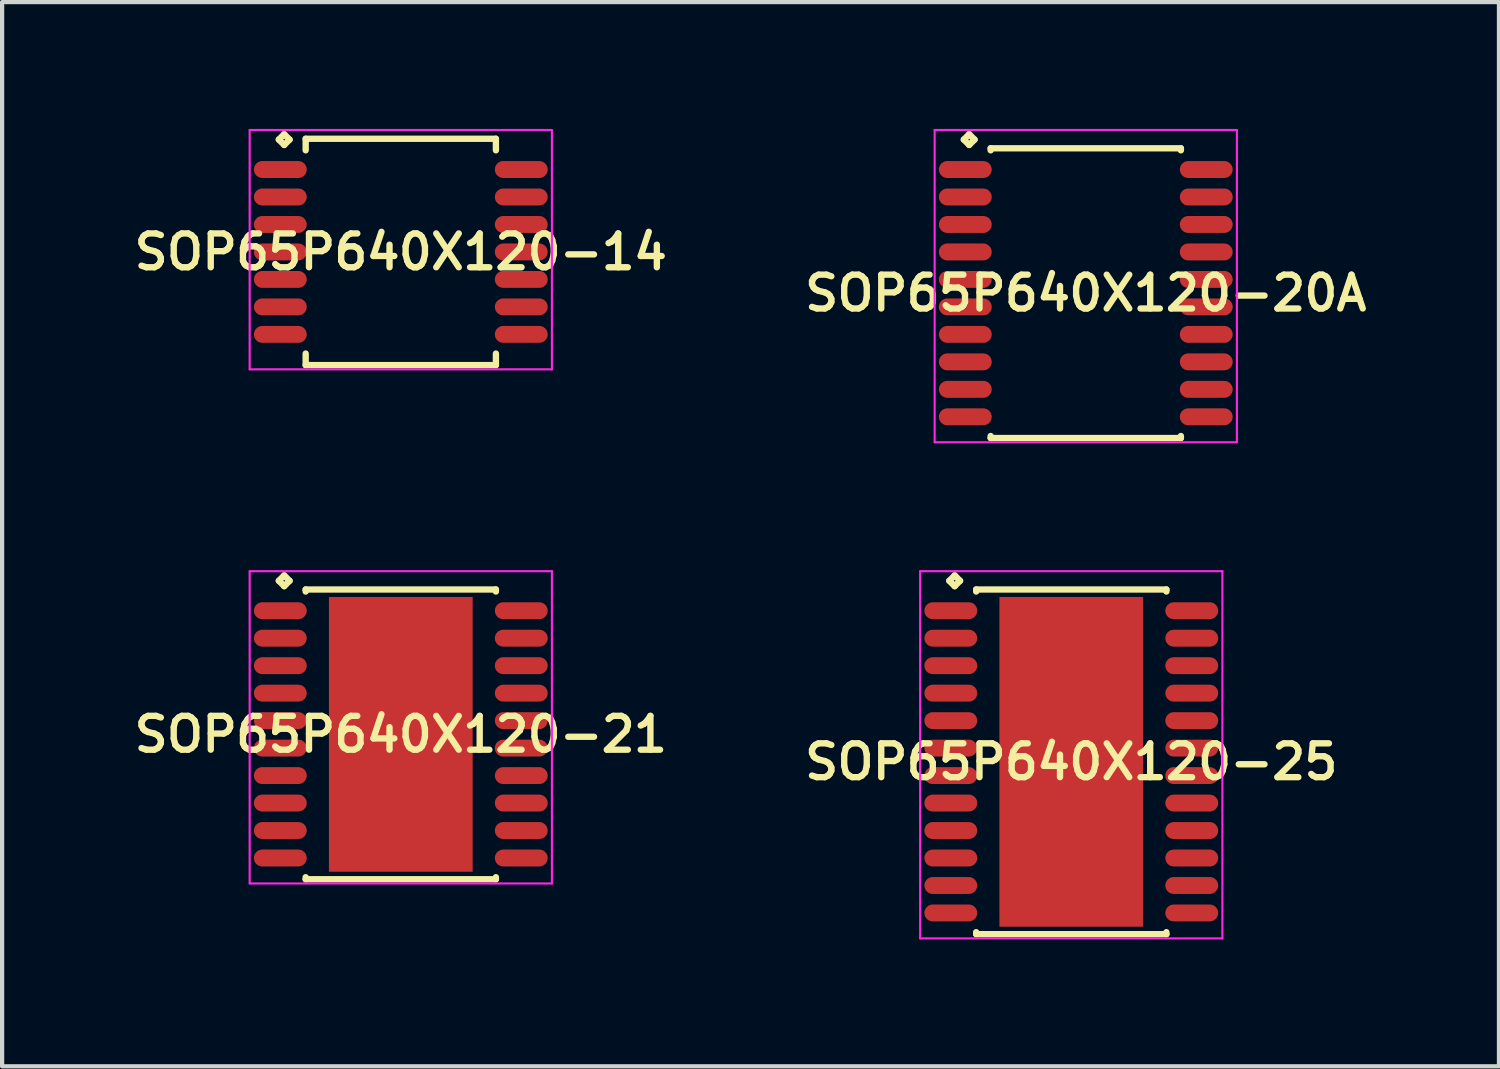
<source format=kicad_pcb>
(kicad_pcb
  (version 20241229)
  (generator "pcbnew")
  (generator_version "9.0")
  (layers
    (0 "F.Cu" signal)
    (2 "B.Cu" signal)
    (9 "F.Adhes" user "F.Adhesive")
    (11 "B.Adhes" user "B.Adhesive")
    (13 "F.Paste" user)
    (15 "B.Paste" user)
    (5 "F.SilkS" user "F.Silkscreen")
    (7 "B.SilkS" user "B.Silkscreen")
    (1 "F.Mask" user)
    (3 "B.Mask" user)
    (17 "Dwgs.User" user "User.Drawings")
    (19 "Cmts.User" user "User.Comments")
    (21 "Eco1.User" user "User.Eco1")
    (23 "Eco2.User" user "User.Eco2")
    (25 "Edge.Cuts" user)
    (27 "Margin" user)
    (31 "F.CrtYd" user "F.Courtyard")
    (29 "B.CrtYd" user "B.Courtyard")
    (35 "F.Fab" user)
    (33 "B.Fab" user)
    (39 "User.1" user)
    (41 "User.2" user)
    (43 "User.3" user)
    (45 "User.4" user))
  (footprint "SOP65P640X120-25"
    (layer "F.Cu")
    (at 22.292 14.972)
    (property "Reference" "SOP65P640X120-25" (at 0 0 0) (layer "F.SilkS") (effects (font (size 0.8 0.8) (thickness 0.15))))
    (attr smd)
    (fp_line (start -2.885 -4.283) (end -2.758 -4.41) (stroke (width 0.15) (type solid)) (layer "F.SilkS"))
    (fp_line (start -2.758 -4.41) (end -2.631 -4.283) (stroke (width 0.15) (type solid)) (layer "F.SilkS"))
    (fp_line (start -2.758 -4.156) (end -2.885 -4.283) (stroke (width 0.15) (type solid)) (layer "F.SilkS"))
    (fp_line (start -2.631 -4.283) (end -2.758 -4.156) (stroke (width 0.15) (type solid)) (layer "F.SilkS"))
    (fp_line (start -2.25 -4.077) (end 2.25 -4.077) (stroke (width 0.15) (type solid)) (layer "F.SilkS"))
    (fp_line (start -2.25 -4.029) (end -2.25 -4.077) (stroke (width 0.15) (type solid)) (layer "F.SilkS"))
    (fp_line (start -2.25 4.029) (end -2.25 4.077) (stroke (width 0.15) (type solid)) (layer "F.SilkS"))
    (fp_line (start -2.25 4.077) (end 2.25 4.077) (stroke (width 0.15) (type solid)) (layer "F.SilkS"))
    (fp_line (start 2.25 -4.077) (end 2.25 -4.029) (stroke (width 0.15) (type solid)) (layer "F.SilkS"))
    (fp_line (start 2.25 4.077) (end 2.25 4.029) (stroke (width 0.15) (type solid)) (layer "F.SilkS"))
    (fp_line (start -3.575 -4.51) (end 3.575 -4.51) (stroke (width 0.05) (type solid)) (layer "F.CrtYd"))
    (fp_line (start -3.575 4.177) (end -3.575 -4.51) (stroke (width 0.05) (type solid)) (layer "F.CrtYd"))
    (fp_line (start 3.575 -4.51) (end 3.575 4.177) (stroke (width 0.05) (type solid)) (layer "F.CrtYd"))
    (fp_line (start 3.575 4.177) (end -3.575 4.177) (stroke (width 0.05) (type solid)) (layer "F.CrtYd"))
    (pad "1" smd oval (at -2.85 -3.575) (size 1.25 0.4) (layers "F.Cu" "F.Mask" "F.Paste"))
    (pad "2" smd oval (at -2.85 -2.925) (size 1.25 0.4) (layers "F.Cu" "F.Mask" "F.Paste"))
    (pad "3" smd oval (at -2.85 -2.275) (size 1.25 0.4) (layers "F.Cu" "F.Mask" "F.Paste"))
    (pad "4" smd oval (at -2.85 -1.625) (size 1.25 0.4) (layers "F.Cu" "F.Mask" "F.Paste"))
    (pad "5" smd oval (at -2.85 -0.975) (size 1.25 0.4) (layers "F.Cu" "F.Mask" "F.Paste"))
    (pad "6" smd oval (at -2.85 -0.325) (size 1.25 0.4) (layers "F.Cu" "F.Mask" "F.Paste"))
    (pad "7" smd oval (at -2.85 0.325) (size 1.25 0.4) (layers "F.Cu" "F.Mask" "F.Paste"))
    (pad "8" smd oval (at -2.85 0.975) (size 1.25 0.4) (layers "F.Cu" "F.Mask" "F.Paste"))
    (pad "9" smd oval (at -2.85 1.625) (size 1.25 0.4) (layers "F.Cu" "F.Mask" "F.Paste"))
    (pad "10" smd oval (at -2.85 2.275) (size 1.25 0.4) (layers "F.Cu" "F.Mask" "F.Paste"))
    (pad "11" smd oval (at -2.85 2.925) (size 1.25 0.4) (layers "F.Cu" "F.Mask" "F.Paste"))
    (pad "12" smd oval (at -2.85 3.575) (size 1.25 0.4) (layers "F.Cu" "F.Mask" "F.Paste"))
    (pad "13" smd oval (at 2.85 3.575) (size 1.25 0.4) (layers "F.Cu" "F.Mask" "F.Paste"))
    (pad "14" smd oval (at 2.85 2.925) (size 1.25 0.4) (layers "F.Cu" "F.Mask" "F.Paste"))
    (pad "15" smd oval (at 2.85 2.275) (size 1.25 0.4) (layers "F.Cu" "F.Mask" "F.Paste"))
    (pad "16" smd oval (at 2.85 1.625) (size 1.25 0.4) (layers "F.Cu" "F.Mask" "F.Paste"))
    (pad "17" smd oval (at 2.85 0.975) (size 1.25 0.4) (layers "F.Cu" "F.Mask" "F.Paste"))
    (pad "18" smd oval (at 2.85 0.325) (size 1.25 0.4) (layers "F.Cu" "F.Mask" "F.Paste"))
    (pad "19" smd oval (at 2.85 -0.325) (size 1.25 0.4) (layers "F.Cu" "F.Mask" "F.Paste"))
    (pad "20" smd oval (at 2.85 -0.975) (size 1.25 0.4) (layers "F.Cu" "F.Mask" "F.Paste"))
    (pad "21" smd oval (at 2.85 -1.625) (size 1.25 0.4) (layers "F.Cu" "F.Mask" "F.Paste"))
    (pad "22" smd oval (at 2.85 -2.275) (size 1.25 0.4) (layers "F.Cu" "F.Mask" "F.Paste"))
    (pad "23" smd oval (at 2.85 -2.925) (size 1.25 0.4) (layers "F.Cu" "F.Mask" "F.Paste"))
    (pad "24" smd oval (at 2.85 -3.575) (size 1.25 0.4) (layers "F.Cu" "F.Mask" "F.Paste"))
    (pad "25" smd rect (at 0 0) (size 3.4 7.8) (layers "F.Cu" "F.Mask" "F.Paste")))
  (footprint "SOP65P640X120-21"
    (layer "F.Cu")
    (at 6.431 14.322)
    (property "Reference" "SOP65P640X120-21" (at 0 0 0) (layer "F.SilkS") (effects (font (size 0.8 0.8) (thickness 0.15))))
    (attr smd)
    (fp_line (start -2.885 -3.633) (end -2.758 -3.76) (stroke (width 0.15) (type solid)) (layer "F.SilkS"))
    (fp_line (start -2.758 -3.76) (end -2.631 -3.633) (stroke (width 0.15) (type solid)) (layer "F.SilkS"))
    (fp_line (start -2.758 -3.506) (end -2.885 -3.633) (stroke (width 0.15) (type solid)) (layer "F.SilkS"))
    (fp_line (start -2.631 -3.633) (end -2.758 -3.506) (stroke (width 0.15) (type solid)) (layer "F.SilkS"))
    (fp_line (start -2.25 -3.427) (end 2.25 -3.427) (stroke (width 0.15) (type solid)) (layer "F.SilkS"))
    (fp_line (start -2.25 -3.379) (end -2.25 -3.427) (stroke (width 0.15) (type solid)) (layer "F.SilkS"))
    (fp_line (start -2.25 3.379) (end -2.25 3.427) (stroke (width 0.15) (type solid)) (layer "F.SilkS"))
    (fp_line (start -2.25 3.427) (end 2.25 3.427) (stroke (width 0.15) (type solid)) (layer "F.SilkS"))
    (fp_line (start 2.25 -3.427) (end 2.25 -3.379) (stroke (width 0.15) (type solid)) (layer "F.SilkS"))
    (fp_line (start 2.25 3.427) (end 2.25 3.379) (stroke (width 0.15) (type solid)) (layer "F.SilkS"))
    (fp_line (start -3.575 -3.86) (end 3.575 -3.86) (stroke (width 0.05) (type solid)) (layer "F.CrtYd"))
    (fp_line (start -3.575 3.527) (end -3.575 -3.86) (stroke (width 0.05) (type solid)) (layer "F.CrtYd"))
    (fp_line (start 3.575 -3.86) (end 3.575 3.527) (stroke (width 0.05) (type solid)) (layer "F.CrtYd"))
    (fp_line (start 3.575 3.527) (end -3.575 3.527) (stroke (width 0.05) (type solid)) (layer "F.CrtYd"))
    (pad "1" smd oval (at -2.85 -2.925) (size 1.25 0.4) (layers "F.Cu" "F.Mask" "F.Paste"))
    (pad "2" smd oval (at -2.85 -2.275) (size 1.25 0.4) (layers "F.Cu" "F.Mask" "F.Paste"))
    (pad "3" smd oval (at -2.85 -1.625) (size 1.25 0.4) (layers "F.Cu" "F.Mask" "F.Paste"))
    (pad "4" smd oval (at -2.85 -0.975) (size 1.25 0.4) (layers "F.Cu" "F.Mask" "F.Paste"))
    (pad "5" smd oval (at -2.85 -0.325) (size 1.25 0.4) (layers "F.Cu" "F.Mask" "F.Paste"))
    (pad "6" smd oval (at -2.85 0.325) (size 1.25 0.4) (layers "F.Cu" "F.Mask" "F.Paste"))
    (pad "7" smd oval (at -2.85 0.975) (size 1.25 0.4) (layers "F.Cu" "F.Mask" "F.Paste"))
    (pad "8" smd oval (at -2.85 1.625) (size 1.25 0.4) (layers "F.Cu" "F.Mask" "F.Paste"))
    (pad "9" smd oval (at -2.85 2.275) (size 1.25 0.4) (layers "F.Cu" "F.Mask" "F.Paste"))
    (pad "10" smd oval (at -2.85 2.925) (size 1.25 0.4) (layers "F.Cu" "F.Mask" "F.Paste"))
    (pad "11" smd oval (at 2.85 2.925) (size 1.25 0.4) (layers "F.Cu" "F.Mask" "F.Paste"))
    (pad "12" smd oval (at 2.85 2.275) (size 1.25 0.4) (layers "F.Cu" "F.Mask" "F.Paste"))
    (pad "13" smd oval (at 2.85 1.625) (size 1.25 0.4) (layers "F.Cu" "F.Mask" "F.Paste"))
    (pad "14" smd oval (at 2.85 0.975) (size 1.25 0.4) (layers "F.Cu" "F.Mask" "F.Paste"))
    (pad "15" smd oval (at 2.85 0.325) (size 1.25 0.4) (layers "F.Cu" "F.Mask" "F.Paste"))
    (pad "16" smd oval (at 2.85 -0.325) (size 1.25 0.4) (layers "F.Cu" "F.Mask" "F.Paste"))
    (pad "17" smd oval (at 2.85 -0.975) (size 1.25 0.4) (layers "F.Cu" "F.Mask" "F.Paste"))
    (pad "18" smd oval (at 2.85 -1.625) (size 1.25 0.4) (layers "F.Cu" "F.Mask" "F.Paste"))
    (pad "19" smd oval (at 2.85 -2.275) (size 1.25 0.4) (layers "F.Cu" "F.Mask" "F.Paste"))
    (pad "20" smd oval (at 2.85 -2.925) (size 1.25 0.4) (layers "F.Cu" "F.Mask" "F.Paste"))
    (pad "21" smd rect (at 0 0) (size 3.4 6.5) (layers "F.Cu" "F.Mask" "F.Paste")))
  (footprint "SOP65P640X120-14"
    (layer "F.Cu")
    (at 6.431 2.91)
    (property "Reference" "SOP65P640X120-14" (at 0 0 0) (layer "F.SilkS") (effects (font (size 0.8 0.8) (thickness 0.15))))
    (attr smd)
    (fp_line (start -2.885 -2.658) (end -2.758 -2.785) (stroke (width 0.15) (type solid)) (layer "F.SilkS"))
    (fp_line (start -2.758 -2.785) (end -2.631 -2.658) (stroke (width 0.15) (type solid)) (layer "F.SilkS"))
    (fp_line (start -2.758 -2.531) (end -2.885 -2.658) (stroke (width 0.15) (type solid)) (layer "F.SilkS"))
    (fp_line (start -2.631 -2.658) (end -2.758 -2.531) (stroke (width 0.15) (type solid)) (layer "F.SilkS"))
    (fp_line (start -2.25 -2.677) (end 2.25 -2.677) (stroke (width 0.15) (type solid)) (layer "F.SilkS"))
    (fp_line (start -2.25 -2.404) (end -2.25 -2.677) (stroke (width 0.15) (type solid)) (layer "F.SilkS"))
    (fp_line (start -2.25 2.404) (end -2.25 2.677) (stroke (width 0.15) (type solid)) (layer "F.SilkS"))
    (fp_line (start -2.25 2.677) (end 2.25 2.677) (stroke (width 0.15) (type solid)) (layer "F.SilkS"))
    (fp_line (start 2.25 -2.677) (end 2.25 -2.404) (stroke (width 0.15) (type solid)) (layer "F.SilkS"))
    (fp_line (start 2.25 2.677) (end 2.25 2.404) (stroke (width 0.15) (type solid)) (layer "F.SilkS"))
    (fp_line (start -3.575 -2.885) (end 3.575 -2.885) (stroke (width 0.05) (type solid)) (layer "F.CrtYd"))
    (fp_line (start -3.575 2.777) (end -3.575 -2.885) (stroke (width 0.05) (type solid)) (layer "F.CrtYd"))
    (fp_line (start 3.575 -2.885) (end 3.575 2.777) (stroke (width 0.05) (type solid)) (layer "F.CrtYd"))
    (fp_line (start 3.575 2.777) (end -3.575 2.777) (stroke (width 0.05) (type solid)) (layer "F.CrtYd"))
    (pad "1" smd oval (at -2.85 -1.95) (size 1.25 0.4) (layers "F.Cu" "F.Mask" "F.Paste"))
    (pad "2" smd oval (at -2.85 -1.3) (size 1.25 0.4) (layers "F.Cu" "F.Mask" "F.Paste"))
    (pad "3" smd oval (at -2.85 -0.65) (size 1.25 0.4) (layers "F.Cu" "F.Mask" "F.Paste"))
    (pad "4" smd oval (at -2.85 0) (size 1.25 0.4) (layers "F.Cu" "F.Mask" "F.Paste"))
    (pad "5" smd oval (at -2.85 0.65) (size 1.25 0.4) (layers "F.Cu" "F.Mask" "F.Paste"))
    (pad "6" smd oval (at -2.85 1.3) (size 1.25 0.4) (layers "F.Cu" "F.Mask" "F.Paste"))
    (pad "7" smd oval (at -2.85 1.95) (size 1.25 0.4) (layers "F.Cu" "F.Mask" "F.Paste"))
    (pad "8" smd oval (at 2.85 1.95) (size 1.25 0.4) (layers "F.Cu" "F.Mask" "F.Paste"))
    (pad "9" smd oval (at 2.85 1.3) (size 1.25 0.4) (layers "F.Cu" "F.Mask" "F.Paste"))
    (pad "10" smd oval (at 2.85 0.65) (size 1.25 0.4) (layers "F.Cu" "F.Mask" "F.Paste"))
    (pad "11" smd oval (at 2.85 0) (size 1.25 0.4) (layers "F.Cu" "F.Mask" "F.Paste"))
    (pad "12" smd oval (at 2.85 -0.65) (size 1.25 0.4) (layers "F.Cu" "F.Mask" "F.Paste"))
    (pad "13" smd oval (at 2.85 -1.3) (size 1.25 0.4) (layers "F.Cu" "F.Mask" "F.Paste"))
    (pad "14" smd oval (at 2.85 -1.95) (size 1.25 0.4) (layers "F.Cu" "F.Mask" "F.Paste")))
  (footprint "SOP65P640X120-20A"
    (layer "F.Cu")
    (at 22.635 3.885)
    (property "Reference" "SOP65P640X120-20A" (at 0 0 0) (layer "F.SilkS") (effects (font (size 0.8 0.8) (thickness 0.15))))
    (attr smd)
    (fp_line (start -2.885 -3.633) (end -2.758 -3.76) (stroke (width 0.15) (type solid)) (layer "F.SilkS"))
    (fp_line (start -2.758 -3.76) (end -2.631 -3.633) (stroke (width 0.15) (type solid)) (layer "F.SilkS"))
    (fp_line (start -2.758 -3.506) (end -2.885 -3.633) (stroke (width 0.15) (type solid)) (layer "F.SilkS"))
    (fp_line (start -2.631 -3.633) (end -2.758 -3.506) (stroke (width 0.15) (type solid)) (layer "F.SilkS"))
    (fp_line (start -2.25 -3.427) (end 2.25 -3.427) (stroke (width 0.15) (type solid)) (layer "F.SilkS"))
    (fp_line (start -2.25 -3.379) (end -2.25 -3.427) (stroke (width 0.15) (type solid)) (layer "F.SilkS"))
    (fp_line (start -2.25 3.379) (end -2.25 3.427) (stroke (width 0.15) (type solid)) (layer "F.SilkS"))
    (fp_line (start -2.25 3.427) (end 2.25 3.427) (stroke (width 0.15) (type solid)) (layer "F.SilkS"))
    (fp_line (start 2.25 -3.427) (end 2.25 -3.379) (stroke (width 0.15) (type solid)) (layer "F.SilkS"))
    (fp_line (start 2.25 3.427) (end 2.25 3.379) (stroke (width 0.15) (type solid)) (layer "F.SilkS"))
    (fp_line (start -3.575 -3.86) (end 3.575 -3.86) (stroke (width 0.05) (type solid)) (layer "F.CrtYd"))
    (fp_line (start -3.575 3.527) (end -3.575 -3.86) (stroke (width 0.05) (type solid)) (layer "F.CrtYd"))
    (fp_line (start 3.575 -3.86) (end 3.575 3.527) (stroke (width 0.05) (type solid)) (layer "F.CrtYd"))
    (fp_line (start 3.575 3.527) (end -3.575 3.527) (stroke (width 0.05) (type solid)) (layer "F.CrtYd"))
    (pad "1" smd oval (at -2.85 -2.925) (size 1.25 0.4) (layers "F.Cu" "F.Mask" "F.Paste"))
    (pad "2" smd oval (at -2.85 -2.275) (size 1.25 0.4) (layers "F.Cu" "F.Mask" "F.Paste"))
    (pad "3" smd oval (at -2.85 -1.625) (size 1.25 0.4) (layers "F.Cu" "F.Mask" "F.Paste"))
    (pad "4" smd oval (at -2.85 -0.975) (size 1.25 0.4) (layers "F.Cu" "F.Mask" "F.Paste"))
    (pad "5" smd oval (at -2.85 -0.325) (size 1.25 0.4) (layers "F.Cu" "F.Mask" "F.Paste"))
    (pad "6" smd oval (at -2.85 0.325) (size 1.25 0.4) (layers "F.Cu" "F.Mask" "F.Paste"))
    (pad "7" smd oval (at -2.85 0.975) (size 1.25 0.4) (layers "F.Cu" "F.Mask" "F.Paste"))
    (pad "8" smd oval (at -2.85 1.625) (size 1.25 0.4) (layers "F.Cu" "F.Mask" "F.Paste"))
    (pad "9" smd oval (at -2.85 2.275) (size 1.25 0.4) (layers "F.Cu" "F.Mask" "F.Paste"))
    (pad "10" smd oval (at -2.85 2.925) (size 1.25 0.4) (layers "F.Cu" "F.Mask" "F.Paste"))
    (pad "11" smd oval (at 2.85 2.925) (size 1.25 0.4) (layers "F.Cu" "F.Mask" "F.Paste"))
    (pad "12" smd oval (at 2.85 2.275) (size 1.25 0.4) (layers "F.Cu" "F.Mask" "F.Paste"))
    (pad "13" smd oval (at 2.85 1.625) (size 1.25 0.4) (layers "F.Cu" "F.Mask" "F.Paste"))
    (pad "14" smd oval (at 2.85 0.975) (size 1.25 0.4) (layers "F.Cu" "F.Mask" "F.Paste"))
    (pad "15" smd oval (at 2.85 0.325) (size 1.25 0.4) (layers "F.Cu" "F.Mask" "F.Paste"))
    (pad "16" smd oval (at 2.85 -0.325) (size 1.25 0.4) (layers "F.Cu" "F.Mask" "F.Paste"))
    (pad "17" smd oval (at 2.85 -0.975) (size 1.25 0.4) (layers "F.Cu" "F.Mask" "F.Paste"))
    (pad "18" smd oval (at 2.85 -1.625) (size 1.25 0.4) (layers "F.Cu" "F.Mask" "F.Paste"))
    (pad "19" smd oval (at 2.85 -2.275) (size 1.25 0.4) (layers "F.Cu" "F.Mask" "F.Paste"))
    (pad "20" smd oval (at 2.85 -2.925) (size 1.25 0.4) (layers "F.Cu" "F.Mask" "F.Paste")))
  (gr_rect
    (start -3 -3)
    (end 32.409 22.174)
    (stroke (width 0.1) (type default))
    (fill no)
    (layer "Edge.Cuts")))
</source>
